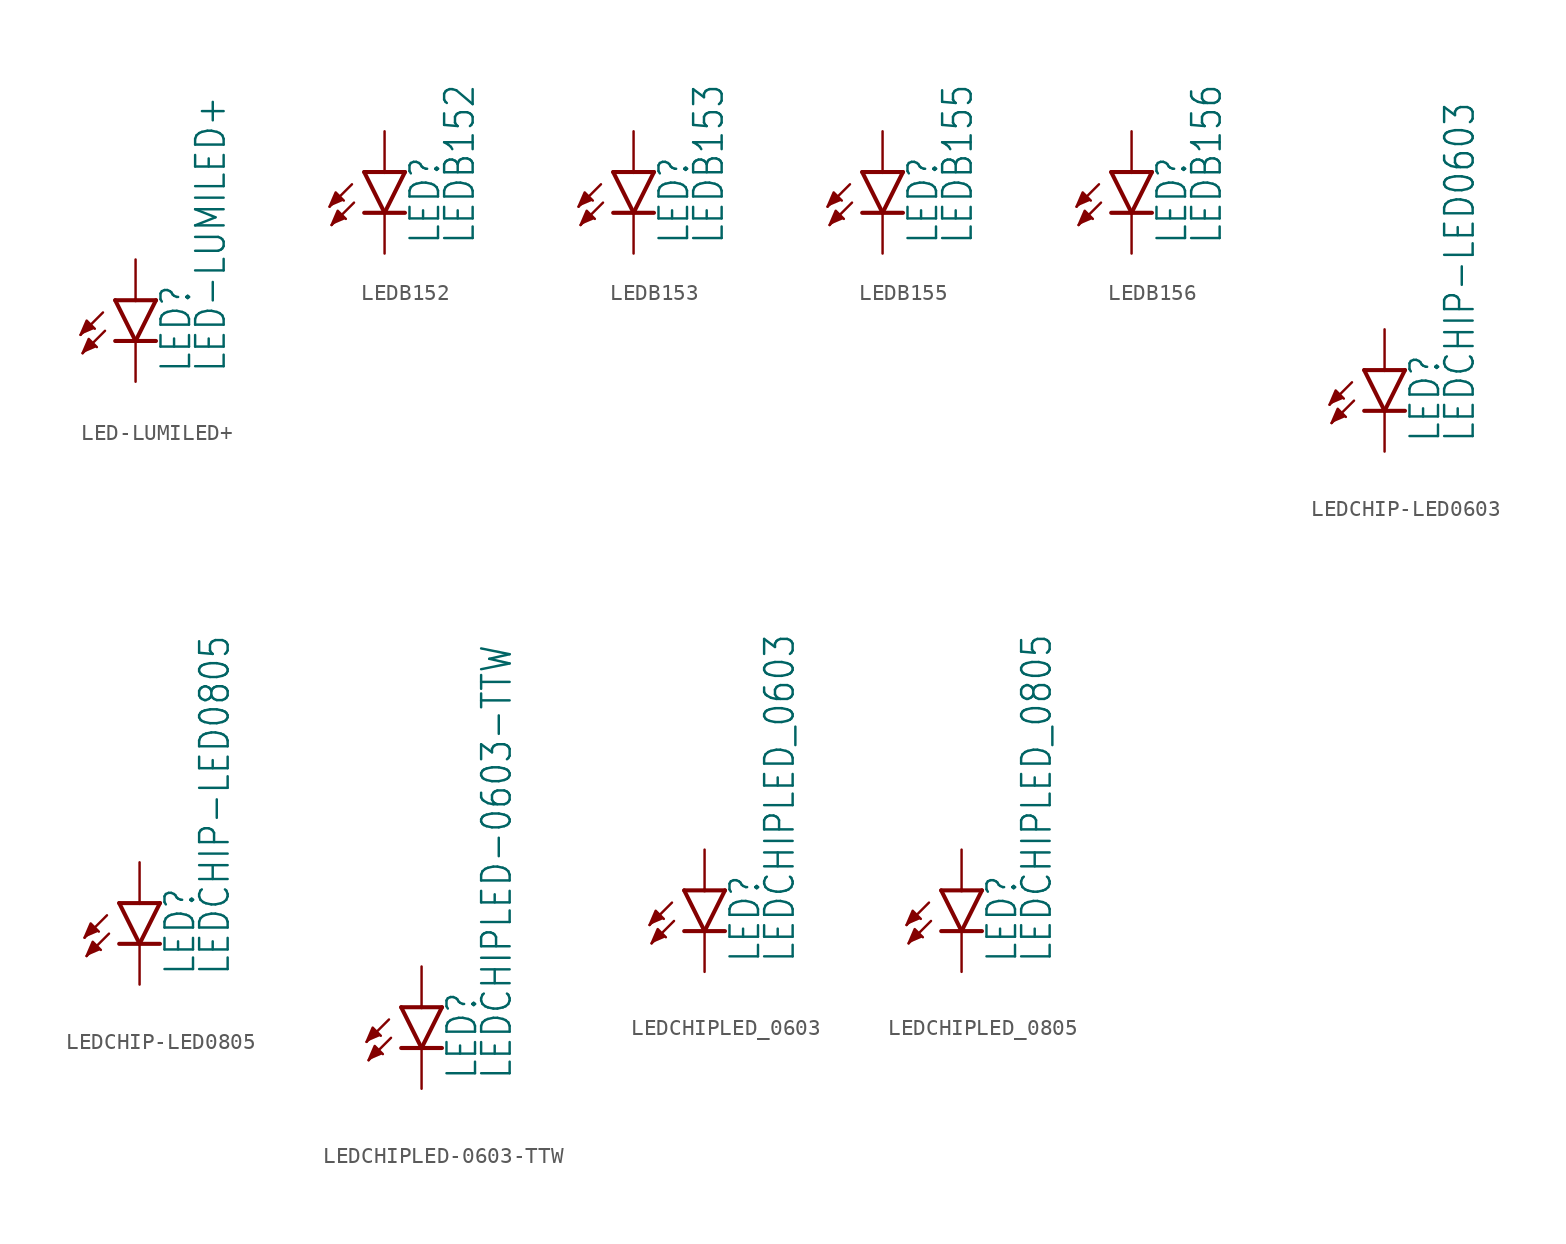
<source format=kicad_sym>
(kicad_symbol_lib
  (version 20211014)
  (generator kicad_symbol_editor)
  (symbol "LED-LUMILED+"
    (property "Reference" "LED"
      (at 3.556 -4.572 90)
      (effects (font (size 1.778 1.511)) (justify left bottom)))
    (property "Value" "LED-LUMILED+"
      (at 5.715 -4.572 90)
      (effects (font (size 1.778 1.511)) (justify left bottom)))
    (property "ki_locked" ""
      (at 0 0 0)
      (effects (font (size 1.27 1.27))))
    (symbol "LED-LUMILED+_1_0"
      (polyline (pts (xy -2.032 -0.762) (xy -3.429 -2.159)) (stroke (width 0.152) (type default)) (fill (type none)))
      (polyline (pts (xy -1.905 -1.905) (xy -3.302 -3.302)) (stroke (width 0.152) (type default)) (fill (type none)))
      (polyline (pts (xy 0 -2.54) (xy -1.27 -2.54)) (stroke (width 0.254) (type default)) (fill (type none)))
      (polyline (pts (xy 0 -2.54) (xy -1.27 0)) (stroke (width 0.254) (type default)) (fill (type none)))
      (polyline (pts (xy 0 0) (xy -1.27 0)) (stroke (width 0.254) (type default)) (fill (type none)))
      (polyline (pts (xy 1.27 -2.54) (xy 0 -2.54)) (stroke (width 0.254) (type default)) (fill (type none)))
      (polyline (pts (xy 1.27 0) (xy 0 -2.54)) (stroke (width 0.254) (type default)) (fill (type none)))
      (polyline (pts (xy 1.27 0) (xy 0 0)) (stroke (width 0.254) (type default)) (fill (type none)))
      (polyline (pts (xy -3.429 -2.159) (xy -3.048 -1.27) (xy -2.54 -1.778)) (stroke (width 0) (type default)) (fill (type outline)))
      (polyline (pts (xy -3.302 -3.302) (xy -2.921 -2.413) (xy -2.413 -2.921)) (stroke (width 0) (type default)) (fill (type outline)))
      (pin passive line (at 0 2.54 270) (length 2.54) (name "A" (effects (font (size 0 0)))) (number "2+" (effects (font (size 0 0)))))
      (pin passive line (at 0 -5.08 90) (length 2.54) (name "C" (effects (font (size 0 0)))) (number "4-" (effects (font (size 0 0)))))))
  (symbol "LEDB152"
    (property "Reference" "LED"
      (at 3.556 -4.572 90)
      (effects (font (size 1.778 1.511)) (justify left bottom)))
    (property "Value" "LEDB152"
      (at 5.715 -4.572 90)
      (effects (font (size 1.778 1.511)) (justify left bottom)))
    (property "ki_locked" ""
      (at 0 0 0)
      (effects (font (size 1.27 1.27))))
    (symbol "LEDB152_1_0"
      (polyline (pts (xy -2.032 -0.762) (xy -3.429 -2.159)) (stroke (width 0.152) (type default)) (fill (type none)))
      (polyline (pts (xy -1.905 -1.905) (xy -3.302 -3.302)) (stroke (width 0.152) (type default)) (fill (type none)))
      (polyline (pts (xy 0 -2.54) (xy -1.27 -2.54)) (stroke (width 0.254) (type default)) (fill (type none)))
      (polyline (pts (xy 0 -2.54) (xy -1.27 0)) (stroke (width 0.254) (type default)) (fill (type none)))
      (polyline (pts (xy 0 0) (xy -1.27 0)) (stroke (width 0.254) (type default)) (fill (type none)))
      (polyline (pts (xy 1.27 -2.54) (xy 0 -2.54)) (stroke (width 0.254) (type default)) (fill (type none)))
      (polyline (pts (xy 1.27 0) (xy 0 -2.54)) (stroke (width 0.254) (type default)) (fill (type none)))
      (polyline (pts (xy 1.27 0) (xy 0 0)) (stroke (width 0.254) (type default)) (fill (type none)))
      (polyline (pts (xy -3.429 -2.159) (xy -3.048 -1.27) (xy -2.54 -1.778)) (stroke (width 0) (type default)) (fill (type outline)))
      (polyline (pts (xy -3.302 -3.302) (xy -2.921 -2.413) (xy -2.413 -2.921)) (stroke (width 0) (type default)) (fill (type outline)))
      (pin passive line (at 0 2.54 270) (length 2.54) (name "A" (effects (font (size 0 0)))) (number "A" (effects (font (size 0 0)))))
      (pin passive line (at 0 -5.08 90) (length 2.54) (name "C" (effects (font (size 0 0)))) (number "K" (effects (font (size 0 0)))))))
  (symbol "LEDB153"
    (property "Reference" "LED"
      (at 3.556 -4.572 90)
      (effects (font (size 1.778 1.511)) (justify left bottom)))
    (property "Value" "LEDB153"
      (at 5.715 -4.572 90)
      (effects (font (size 1.778 1.511)) (justify left bottom)))
    (property "ki_locked" ""
      (at 0 0 0)
      (effects (font (size 1.27 1.27))))
    (symbol "LEDB153_1_0"
      (polyline (pts (xy -2.032 -0.762) (xy -3.429 -2.159)) (stroke (width 0.152) (type default)) (fill (type none)))
      (polyline (pts (xy -1.905 -1.905) (xy -3.302 -3.302)) (stroke (width 0.152) (type default)) (fill (type none)))
      (polyline (pts (xy 0 -2.54) (xy -1.27 -2.54)) (stroke (width 0.254) (type default)) (fill (type none)))
      (polyline (pts (xy 0 -2.54) (xy -1.27 0)) (stroke (width 0.254) (type default)) (fill (type none)))
      (polyline (pts (xy 0 0) (xy -1.27 0)) (stroke (width 0.254) (type default)) (fill (type none)))
      (polyline (pts (xy 1.27 -2.54) (xy 0 -2.54)) (stroke (width 0.254) (type default)) (fill (type none)))
      (polyline (pts (xy 1.27 0) (xy 0 -2.54)) (stroke (width 0.254) (type default)) (fill (type none)))
      (polyline (pts (xy 1.27 0) (xy 0 0)) (stroke (width 0.254) (type default)) (fill (type none)))
      (polyline (pts (xy -3.429 -2.159) (xy -3.048 -1.27) (xy -2.54 -1.778)) (stroke (width 0) (type default)) (fill (type outline)))
      (polyline (pts (xy -3.302 -3.302) (xy -2.921 -2.413) (xy -2.413 -2.921)) (stroke (width 0) (type default)) (fill (type outline)))
      (pin passive line (at 0 2.54 270) (length 2.54) (name "A" (effects (font (size 0 0)))) (number "A" (effects (font (size 0 0)))))
      (pin passive line (at 0 -5.08 90) (length 2.54) (name "C" (effects (font (size 0 0)))) (number "K" (effects (font (size 0 0)))))))
  (symbol "LEDB155"
    (property "Reference" "LED"
      (at 3.556 -4.572 90)
      (effects (font (size 1.778 1.511)) (justify left bottom)))
    (property "Value" "LEDB155"
      (at 5.715 -4.572 90)
      (effects (font (size 1.778 1.511)) (justify left bottom)))
    (property "ki_locked" ""
      (at 0 0 0)
      (effects (font (size 1.27 1.27))))
    (symbol "LEDB155_1_0"
      (polyline (pts (xy -2.032 -0.762) (xy -3.429 -2.159)) (stroke (width 0.152) (type default)) (fill (type none)))
      (polyline (pts (xy -1.905 -1.905) (xy -3.302 -3.302)) (stroke (width 0.152) (type default)) (fill (type none)))
      (polyline (pts (xy 0 -2.54) (xy -1.27 -2.54)) (stroke (width 0.254) (type default)) (fill (type none)))
      (polyline (pts (xy 0 -2.54) (xy -1.27 0)) (stroke (width 0.254) (type default)) (fill (type none)))
      (polyline (pts (xy 0 0) (xy -1.27 0)) (stroke (width 0.254) (type default)) (fill (type none)))
      (polyline (pts (xy 1.27 -2.54) (xy 0 -2.54)) (stroke (width 0.254) (type default)) (fill (type none)))
      (polyline (pts (xy 1.27 0) (xy 0 -2.54)) (stroke (width 0.254) (type default)) (fill (type none)))
      (polyline (pts (xy 1.27 0) (xy 0 0)) (stroke (width 0.254) (type default)) (fill (type none)))
      (polyline (pts (xy -3.429 -2.159) (xy -3.048 -1.27) (xy -2.54 -1.778)) (stroke (width 0) (type default)) (fill (type outline)))
      (polyline (pts (xy -3.302 -3.302) (xy -2.921 -2.413) (xy -2.413 -2.921)) (stroke (width 0) (type default)) (fill (type outline)))
      (pin passive line (at 0 2.54 270) (length 2.54) (name "A" (effects (font (size 0 0)))) (number "A" (effects (font (size 0 0)))))
      (pin passive line (at 0 -5.08 90) (length 2.54) (name "C" (effects (font (size 0 0)))) (number "K" (effects (font (size 0 0)))))))
  (symbol "LEDB156"
    (property "Reference" "LED"
      (at 3.556 -4.572 90)
      (effects (font (size 1.778 1.511)) (justify left bottom)))
    (property "Value" "LEDB156"
      (at 5.715 -4.572 90)
      (effects (font (size 1.778 1.511)) (justify left bottom)))
    (property "ki_locked" ""
      (at 0 0 0)
      (effects (font (size 1.27 1.27))))
    (symbol "LEDB156_1_0"
      (polyline (pts (xy -2.032 -0.762) (xy -3.429 -2.159)) (stroke (width 0.152) (type default)) (fill (type none)))
      (polyline (pts (xy -1.905 -1.905) (xy -3.302 -3.302)) (stroke (width 0.152) (type default)) (fill (type none)))
      (polyline (pts (xy 0 -2.54) (xy -1.27 -2.54)) (stroke (width 0.254) (type default)) (fill (type none)))
      (polyline (pts (xy 0 -2.54) (xy -1.27 0)) (stroke (width 0.254) (type default)) (fill (type none)))
      (polyline (pts (xy 0 0) (xy -1.27 0)) (stroke (width 0.254) (type default)) (fill (type none)))
      (polyline (pts (xy 1.27 -2.54) (xy 0 -2.54)) (stroke (width 0.254) (type default)) (fill (type none)))
      (polyline (pts (xy 1.27 0) (xy 0 -2.54)) (stroke (width 0.254) (type default)) (fill (type none)))
      (polyline (pts (xy 1.27 0) (xy 0 0)) (stroke (width 0.254) (type default)) (fill (type none)))
      (polyline (pts (xy -3.429 -2.159) (xy -3.048 -1.27) (xy -2.54 -1.778)) (stroke (width 0) (type default)) (fill (type outline)))
      (polyline (pts (xy -3.302 -3.302) (xy -2.921 -2.413) (xy -2.413 -2.921)) (stroke (width 0) (type default)) (fill (type outline)))
      (pin passive line (at 0 2.54 270) (length 2.54) (name "A" (effects (font (size 0 0)))) (number "A" (effects (font (size 0 0)))))
      (pin passive line (at 0 -5.08 90) (length 2.54) (name "C" (effects (font (size 0 0)))) (number "K" (effects (font (size 0 0)))))))
  (symbol "LEDCHIP-LED0603"
    (property "Reference" "LED"
      (at 3.556 -4.572 90)
      (effects (font (size 1.778 1.511)) (justify left bottom)))
    (property "Value" "LEDCHIP-LED0603"
      (at 5.715 -4.572 90)
      (effects (font (size 1.778 1.511)) (justify left bottom)))
    (property "ki_locked" ""
      (at 0 0 0)
      (effects (font (size 1.27 1.27))))
    (symbol "LEDCHIP-LED0603_1_0"
      (polyline (pts (xy -2.032 -0.762) (xy -3.429 -2.159)) (stroke (width 0.152) (type default)) (fill (type none)))
      (polyline (pts (xy -1.905 -1.905) (xy -3.302 -3.302)) (stroke (width 0.152) (type default)) (fill (type none)))
      (polyline (pts (xy 0 -2.54) (xy -1.27 -2.54)) (stroke (width 0.254) (type default)) (fill (type none)))
      (polyline (pts (xy 0 -2.54) (xy -1.27 0)) (stroke (width 0.254) (type default)) (fill (type none)))
      (polyline (pts (xy 0 0) (xy -1.27 0)) (stroke (width 0.254) (type default)) (fill (type none)))
      (polyline (pts (xy 1.27 -2.54) (xy 0 -2.54)) (stroke (width 0.254) (type default)) (fill (type none)))
      (polyline (pts (xy 1.27 0) (xy 0 -2.54)) (stroke (width 0.254) (type default)) (fill (type none)))
      (polyline (pts (xy 1.27 0) (xy 0 0)) (stroke (width 0.254) (type default)) (fill (type none)))
      (polyline (pts (xy -3.429 -2.159) (xy -3.048 -1.27) (xy -2.54 -1.778)) (stroke (width 0) (type default)) (fill (type outline)))
      (polyline (pts (xy -3.302 -3.302) (xy -2.921 -2.413) (xy -2.413 -2.921)) (stroke (width 0) (type default)) (fill (type outline)))
      (pin passive line (at 0 2.54 270) (length 2.54) (name "A" (effects (font (size 0 0)))) (number "A" (effects (font (size 0 0)))))
      (pin passive line (at 0 -5.08 90) (length 2.54) (name "C" (effects (font (size 0 0)))) (number "C" (effects (font (size 0 0)))))))
  (symbol "LEDCHIP-LED0805"
    (property "Reference" "LED"
      (at 3.556 -4.572 90)
      (effects (font (size 1.778 1.511)) (justify left bottom)))
    (property "Value" "LEDCHIP-LED0805"
      (at 5.715 -4.572 90)
      (effects (font (size 1.778 1.511)) (justify left bottom)))
    (property "ki_locked" ""
      (at 0 0 0)
      (effects (font (size 1.27 1.27))))
    (symbol "LEDCHIP-LED0805_1_0"
      (polyline (pts (xy -2.032 -0.762) (xy -3.429 -2.159)) (stroke (width 0.152) (type default)) (fill (type none)))
      (polyline (pts (xy -1.905 -1.905) (xy -3.302 -3.302)) (stroke (width 0.152) (type default)) (fill (type none)))
      (polyline (pts (xy 0 -2.54) (xy -1.27 -2.54)) (stroke (width 0.254) (type default)) (fill (type none)))
      (polyline (pts (xy 0 -2.54) (xy -1.27 0)) (stroke (width 0.254) (type default)) (fill (type none)))
      (polyline (pts (xy 0 0) (xy -1.27 0)) (stroke (width 0.254) (type default)) (fill (type none)))
      (polyline (pts (xy 1.27 -2.54) (xy 0 -2.54)) (stroke (width 0.254) (type default)) (fill (type none)))
      (polyline (pts (xy 1.27 0) (xy 0 -2.54)) (stroke (width 0.254) (type default)) (fill (type none)))
      (polyline (pts (xy 1.27 0) (xy 0 0)) (stroke (width 0.254) (type default)) (fill (type none)))
      (polyline (pts (xy -3.429 -2.159) (xy -3.048 -1.27) (xy -2.54 -1.778)) (stroke (width 0) (type default)) (fill (type outline)))
      (polyline (pts (xy -3.302 -3.302) (xy -2.921 -2.413) (xy -2.413 -2.921)) (stroke (width 0) (type default)) (fill (type outline)))
      (pin passive line (at 0 2.54 270) (length 2.54) (name "A" (effects (font (size 0 0)))) (number "A" (effects (font (size 0 0)))))
      (pin passive line (at 0 -5.08 90) (length 2.54) (name "C" (effects (font (size 0 0)))) (number "C" (effects (font (size 0 0)))))))
  (symbol "LEDCHIPLED-0603-TTW"
    (property "Reference" "LED"
      (at 3.556 -4.572 90)
      (effects (font (size 1.778 1.511)) (justify left bottom)))
    (property "Value" "LEDCHIPLED-0603-TTW"
      (at 5.715 -4.572 90)
      (effects (font (size 1.778 1.511)) (justify left bottom)))
    (property "ki_locked" ""
      (at 0 0 0)
      (effects (font (size 1.27 1.27))))
    (symbol "LEDCHIPLED-0603-TTW_1_0"
      (polyline (pts (xy -2.032 -0.762) (xy -3.429 -2.159)) (stroke (width 0.152) (type default)) (fill (type none)))
      (polyline (pts (xy -1.905 -1.905) (xy -3.302 -3.302)) (stroke (width 0.152) (type default)) (fill (type none)))
      (polyline (pts (xy 0 -2.54) (xy -1.27 -2.54)) (stroke (width 0.254) (type default)) (fill (type none)))
      (polyline (pts (xy 0 -2.54) (xy -1.27 0)) (stroke (width 0.254) (type default)) (fill (type none)))
      (polyline (pts (xy 0 0) (xy -1.27 0)) (stroke (width 0.254) (type default)) (fill (type none)))
      (polyline (pts (xy 1.27 -2.54) (xy 0 -2.54)) (stroke (width 0.254) (type default)) (fill (type none)))
      (polyline (pts (xy 1.27 0) (xy 0 -2.54)) (stroke (width 0.254) (type default)) (fill (type none)))
      (polyline (pts (xy 1.27 0) (xy 0 0)) (stroke (width 0.254) (type default)) (fill (type none)))
      (polyline (pts (xy -3.429 -2.159) (xy -3.048 -1.27) (xy -2.54 -1.778)) (stroke (width 0) (type default)) (fill (type outline)))
      (polyline (pts (xy -3.302 -3.302) (xy -2.921 -2.413) (xy -2.413 -2.921)) (stroke (width 0) (type default)) (fill (type outline)))
      (pin passive line (at 0 2.54 270) (length 2.54) (name "A" (effects (font (size 0 0)))) (number "A@1" (effects (font (size 0 0)))))
      (pin passive line (at 0 -5.08 90) (length 2.54) (name "C" (effects (font (size 0 0)))) (number "C@1" (effects (font (size 0 0)))))))
  (symbol "LEDCHIPLED_0603"
    (property "Reference" "LED"
      (at 3.556 -4.572 90)
      (effects (font (size 1.778 1.511)) (justify left bottom)))
    (property "Value" "LEDCHIPLED_0603"
      (at 5.715 -4.572 90)
      (effects (font (size 1.778 1.511)) (justify left bottom)))
    (property "ki_locked" ""
      (at 0 0 0)
      (effects (font (size 1.27 1.27))))
    (symbol "LEDCHIPLED_0603_1_0"
      (polyline (pts (xy -2.032 -0.762) (xy -3.429 -2.159)) (stroke (width 0.152) (type default)) (fill (type none)))
      (polyline (pts (xy -1.905 -1.905) (xy -3.302 -3.302)) (stroke (width 0.152) (type default)) (fill (type none)))
      (polyline (pts (xy 0 -2.54) (xy -1.27 -2.54)) (stroke (width 0.254) (type default)) (fill (type none)))
      (polyline (pts (xy 0 -2.54) (xy -1.27 0)) (stroke (width 0.254) (type default)) (fill (type none)))
      (polyline (pts (xy 0 0) (xy -1.27 0)) (stroke (width 0.254) (type default)) (fill (type none)))
      (polyline (pts (xy 1.27 -2.54) (xy 0 -2.54)) (stroke (width 0.254) (type default)) (fill (type none)))
      (polyline (pts (xy 1.27 0) (xy 0 -2.54)) (stroke (width 0.254) (type default)) (fill (type none)))
      (polyline (pts (xy 1.27 0) (xy 0 0)) (stroke (width 0.254) (type default)) (fill (type none)))
      (polyline (pts (xy -3.429 -2.159) (xy -3.048 -1.27) (xy -2.54 -1.778)) (stroke (width 0) (type default)) (fill (type outline)))
      (polyline (pts (xy -3.302 -3.302) (xy -2.921 -2.413) (xy -2.413 -2.921)) (stroke (width 0) (type default)) (fill (type outline)))
      (pin passive line (at 0 2.54 270) (length 2.54) (name "A" (effects (font (size 0 0)))) (number "A" (effects (font (size 0 0)))))
      (pin passive line (at 0 -5.08 90) (length 2.54) (name "C" (effects (font (size 0 0)))) (number "C" (effects (font (size 0 0)))))))
  (symbol "LEDCHIPLED_0805"
    (property "Reference" "LED"
      (at 3.556 -4.572 90)
      (effects (font (size 1.778 1.511)) (justify left bottom)))
    (property "Value" "LEDCHIPLED_0805"
      (at 5.715 -4.572 90)
      (effects (font (size 1.778 1.511)) (justify left bottom)))
    (property "ki_locked" ""
      (at 0 0 0)
      (effects (font (size 1.27 1.27))))
    (symbol "LEDCHIPLED_0805_1_0"
      (polyline (pts (xy -2.032 -0.762) (xy -3.429 -2.159)) (stroke (width 0.152) (type default)) (fill (type none)))
      (polyline (pts (xy -1.905 -1.905) (xy -3.302 -3.302)) (stroke (width 0.152) (type default)) (fill (type none)))
      (polyline (pts (xy 0 -2.54) (xy -1.27 -2.54)) (stroke (width 0.254) (type default)) (fill (type none)))
      (polyline (pts (xy 0 -2.54) (xy -1.27 0)) (stroke (width 0.254) (type default)) (fill (type none)))
      (polyline (pts (xy 0 0) (xy -1.27 0)) (stroke (width 0.254) (type default)) (fill (type none)))
      (polyline (pts (xy 1.27 -2.54) (xy 0 -2.54)) (stroke (width 0.254) (type default)) (fill (type none)))
      (polyline (pts (xy 1.27 0) (xy 0 -2.54)) (stroke (width 0.254) (type default)) (fill (type none)))
      (polyline (pts (xy 1.27 0) (xy 0 0)) (stroke (width 0.254) (type default)) (fill (type none)))
      (polyline (pts (xy -3.429 -2.159) (xy -3.048 -1.27) (xy -2.54 -1.778)) (stroke (width 0) (type default)) (fill (type outline)))
      (polyline (pts (xy -3.302 -3.302) (xy -2.921 -2.413) (xy -2.413 -2.921)) (stroke (width 0) (type default)) (fill (type outline)))
      (pin passive line (at 0 2.54 270) (length 2.54) (name "A" (effects (font (size 0 0)))) (number "A" (effects (font (size 0 0)))))
      (pin passive line (at 0 -5.08 90) (length 2.54) (name "C" (effects (font (size 0 0)))) (number "C" (effects (font (size 0 0))))))))
</source>
